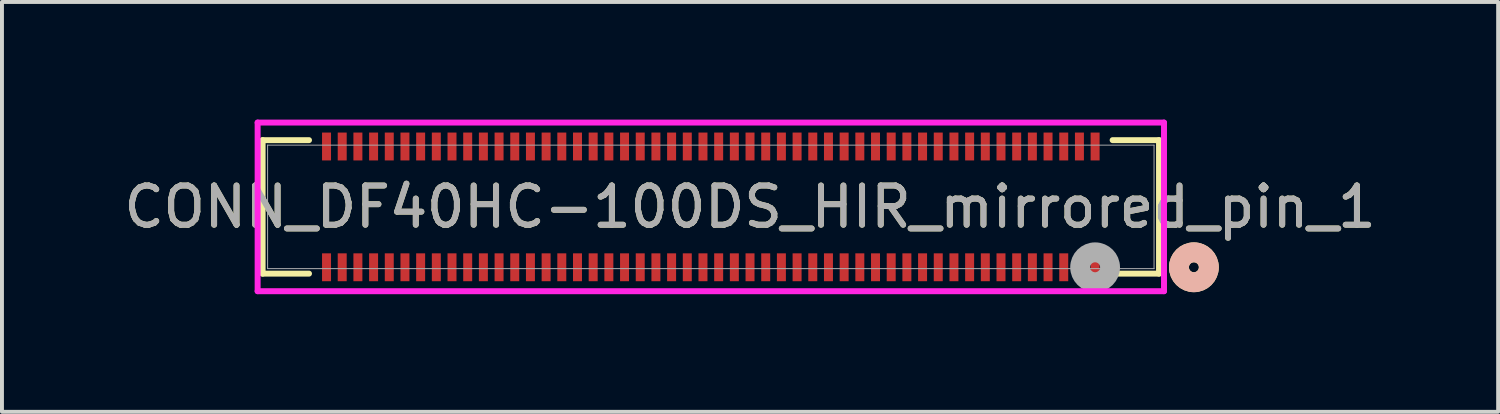
<source format=kicad_pcb>
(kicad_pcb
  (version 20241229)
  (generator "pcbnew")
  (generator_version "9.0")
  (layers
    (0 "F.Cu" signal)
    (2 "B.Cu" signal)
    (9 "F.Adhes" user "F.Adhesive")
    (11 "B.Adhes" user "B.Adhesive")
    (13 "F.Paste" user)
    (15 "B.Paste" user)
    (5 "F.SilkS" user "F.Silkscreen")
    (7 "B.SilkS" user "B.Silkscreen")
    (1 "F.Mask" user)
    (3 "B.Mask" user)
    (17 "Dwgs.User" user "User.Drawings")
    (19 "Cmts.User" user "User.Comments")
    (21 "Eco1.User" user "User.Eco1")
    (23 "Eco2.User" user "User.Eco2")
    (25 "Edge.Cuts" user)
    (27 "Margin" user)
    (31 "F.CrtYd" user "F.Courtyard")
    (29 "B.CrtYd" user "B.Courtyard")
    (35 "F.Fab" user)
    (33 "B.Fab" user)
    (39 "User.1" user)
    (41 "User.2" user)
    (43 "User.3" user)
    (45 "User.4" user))
  (footprint "CONN_DF40HC-100DS_HIR_mirrored_pin_1"
    (layer "F.Cu")
    (at 15.577 2.226)
    (property "Reference" "CONN_DF40HC-100DS_HIR_mirrored_pin_1" (at 0.5 0 0) (unlocked yes) (layer "F.SilkS") (effects (font (size 1 1) (thickness 0.15))))
    (attr smd)
    (fp_line (start -11.93 -1.702) (end -10.747 -1.702) (stroke (width 0.152) (type solid)) (layer "F.SilkS"))
    (fp_line (start -11.93 1.702) (end -11.93 -1.702) (stroke (width 0.152) (type solid)) (layer "F.SilkS"))
    (fp_line (start -10.747 1.702) (end -11.93 1.702) (stroke (width 0.152) (type solid)) (layer "F.SilkS"))
    (fp_line (start 9.747 -1.702) (end 10.93 -1.702) (stroke (width 0.152) (type solid)) (layer "F.SilkS"))
    (fp_line (start 10.93 -1.702) (end 10.93 1.702) (stroke (width 0.152) (type solid)) (layer "F.SilkS"))
    (fp_line (start 10.93 1.702) (end 9.747 1.702) (stroke (width 0.152) (type solid)) (layer "F.SilkS"))
    (fp_circle (center 11.819 1.54) (end 12.2 1.54) (stroke (width 0.508) (type solid)) (fill no) (layer "F.SilkS"))
    (fp_circle (center 11.819 1.54) (end 12.2 1.54) (stroke (width 0.508) (type solid)) (fill no) (layer "B.SilkS"))
    (fp_line (start -12.057 -2.15) (end 11.057 -2.15) (stroke (width 0.152) (type solid)) (layer "F.CrtYd"))
    (fp_line (start -12.057 2.15) (end -12.057 -2.15) (stroke (width 0.152) (type solid)) (layer "F.CrtYd"))
    (fp_line (start 11.057 -2.15) (end 11.057 2.15) (stroke (width 0.152) (type solid)) (layer "F.CrtYd"))
    (fp_line (start 11.057 2.15) (end -12.057 2.15) (stroke (width 0.152) (type solid)) (layer "F.CrtYd"))
    (fp_line (start -11.803 -1.575) (end 10.803 -1.575) (stroke (width 0.025) (type solid)) (layer "F.Fab"))
    (fp_line (start -11.803 1.575) (end -11.803 -1.575) (stroke (width 0.025) (type solid)) (layer "F.Fab"))
    (fp_line (start 10.803 -1.575) (end 10.803 1.575) (stroke (width 0.025) (type solid)) (layer "F.Fab"))
    (fp_line (start 10.803 1.575) (end -11.803 1.575) (stroke (width 0.025) (type solid)) (layer "F.Fab"))
    (fp_circle (center 9.3 1.54) (end 9.681 1.54) (stroke (width 0.508) (type solid)) (fill no) (layer "F.Fab"))
    (fp_text user "${REFERENCE}" (at 0.5 0 0) (unlocked yes) (layer "F.Fab") (effects (font (size 1 1) (thickness 0.15))))
    (pad "1" smd rect (at 9.3 1.54) (size 0.229 0.711) (layers "F.Cu" "F.Mask" "F.Paste"))
    (pad "2" smd rect (at 9.3 -1.54) (size 0.229 0.711) (layers "F.Cu" "F.Mask" "F.Paste"))
    (pad "3" smd rect (at 8.9 1.54) (size 0.229 0.711) (layers "F.Cu" "F.Mask" "F.Paste"))
    (pad "4" smd rect (at 8.9 -1.54) (size 0.229 0.711) (layers "F.Cu" "F.Mask" "F.Paste"))
    (pad "5" smd rect (at 8.5 1.54) (size 0.229 0.711) (layers "F.Cu" "F.Mask" "F.Paste"))
    (pad "6" smd rect (at 8.5 -1.54) (size 0.229 0.711) (layers "F.Cu" "F.Mask" "F.Paste"))
    (pad "7" smd rect (at 8.1 1.54) (size 0.229 0.711) (layers "F.Cu" "F.Mask" "F.Paste"))
    (pad "8" smd rect (at 8.1 -1.54) (size 0.229 0.711) (layers "F.Cu" "F.Mask" "F.Paste"))
    (pad "9" smd rect (at 7.7 1.54) (size 0.229 0.711) (layers "F.Cu" "F.Mask" "F.Paste"))
    (pad "10" smd rect (at 7.7 -1.54) (size 0.229 0.711) (layers "F.Cu" "F.Mask" "F.Paste"))
    (pad "11" smd rect (at 7.3 1.54) (size 0.229 0.711) (layers "F.Cu" "F.Mask" "F.Paste"))
    (pad "12" smd rect (at 7.3 -1.54) (size 0.229 0.711) (layers "F.Cu" "F.Mask" "F.Paste"))
    (pad "13" smd rect (at 6.9 1.54) (size 0.229 0.711) (layers "F.Cu" "F.Mask" "F.Paste"))
    (pad "14" smd rect (at 6.9 -1.54) (size 0.229 0.711) (layers "F.Cu" "F.Mask" "F.Paste"))
    (pad "15" smd rect (at 6.5 1.54) (size 0.229 0.711) (layers "F.Cu" "F.Mask" "F.Paste"))
    (pad "16" smd rect (at 6.5 -1.54) (size 0.229 0.711) (layers "F.Cu" "F.Mask" "F.Paste"))
    (pad "17" smd rect (at 6.1 1.54) (size 0.229 0.711) (layers "F.Cu" "F.Mask" "F.Paste"))
    (pad "18" smd rect (at 6.1 -1.54) (size 0.229 0.711) (layers "F.Cu" "F.Mask" "F.Paste"))
    (pad "19" smd rect (at 5.7 1.54) (size 0.229 0.711) (layers "F.Cu" "F.Mask" "F.Paste"))
    (pad "20" smd rect (at 5.7 -1.54) (size 0.229 0.711) (layers "F.Cu" "F.Mask" "F.Paste"))
    (pad "21" smd rect (at 5.3 1.54) (size 0.229 0.711) (layers "F.Cu" "F.Mask" "F.Paste"))
    (pad "22" smd rect (at 5.3 -1.54) (size 0.229 0.711) (layers "F.Cu" "F.Mask" "F.Paste"))
    (pad "23" smd rect (at 4.9 1.54) (size 0.229 0.711) (layers "F.Cu" "F.Mask" "F.Paste"))
    (pad "24" smd rect (at 4.9 -1.54) (size 0.229 0.711) (layers "F.Cu" "F.Mask" "F.Paste"))
    (pad "25" smd rect (at 4.5 1.54) (size 0.229 0.711) (layers "F.Cu" "F.Mask" "F.Paste"))
    (pad "26" smd rect (at 4.5 -1.54) (size 0.229 0.711) (layers "F.Cu" "F.Mask" "F.Paste"))
    (pad "27" smd rect (at 4.1 1.54) (size 0.229 0.711) (layers "F.Cu" "F.Mask" "F.Paste"))
    (pad "28" smd rect (at 4.1 -1.54) (size 0.229 0.711) (layers "F.Cu" "F.Mask" "F.Paste"))
    (pad "29" smd rect (at 3.7 1.54) (size 0.229 0.711) (layers "F.Cu" "F.Mask" "F.Paste"))
    (pad "30" smd rect (at 3.7 -1.54) (size 0.229 0.711) (layers "F.Cu" "F.Mask" "F.Paste"))
    (pad "31" smd rect (at 3.3 1.54) (size 0.229 0.711) (layers "F.Cu" "F.Mask" "F.Paste"))
    (pad "32" smd rect (at 3.3 -1.54) (size 0.229 0.711) (layers "F.Cu" "F.Mask" "F.Paste"))
    (pad "33" smd rect (at 2.9 1.54) (size 0.229 0.711) (layers "F.Cu" "F.Mask" "F.Paste"))
    (pad "34" smd rect (at 2.9 -1.54) (size 0.229 0.711) (layers "F.Cu" "F.Mask" "F.Paste"))
    (pad "35" smd rect (at 2.5 1.54) (size 0.229 0.711) (layers "F.Cu" "F.Mask" "F.Paste"))
    (pad "36" smd rect (at 2.5 -1.54) (size 0.229 0.711) (layers "F.Cu" "F.Mask" "F.Paste"))
    (pad "37" smd rect (at 2.1 1.54) (size 0.229 0.711) (layers "F.Cu" "F.Mask" "F.Paste"))
    (pad "38" smd rect (at 2.1 -1.54) (size 0.229 0.711) (layers "F.Cu" "F.Mask" "F.Paste"))
    (pad "39" smd rect (at 1.7 1.54) (size 0.229 0.711) (layers "F.Cu" "F.Mask" "F.Paste"))
    (pad "40" smd rect (at 1.7 -1.54) (size 0.229 0.711) (layers "F.Cu" "F.Mask" "F.Paste"))
    (pad "41" smd rect (at 1.3 1.54) (size 0.229 0.711) (layers "F.Cu" "F.Mask" "F.Paste"))
    (pad "42" smd rect (at 1.3 -1.54) (size 0.229 0.711) (layers "F.Cu" "F.Mask" "F.Paste"))
    (pad "43" smd rect (at 0.9 1.54) (size 0.229 0.711) (layers "F.Cu" "F.Mask" "F.Paste"))
    (pad "44" smd rect (at 0.9 -1.54) (size 0.229 0.711) (layers "F.Cu" "F.Mask" "F.Paste"))
    (pad "45" smd rect (at 0.5 1.54) (size 0.229 0.711) (layers "F.Cu" "F.Mask" "F.Paste"))
    (pad "46" smd rect (at 0.5 -1.54) (size 0.229 0.711) (layers "F.Cu" "F.Mask" "F.Paste"))
    (pad "47" smd rect (at 0.1 1.54) (size 0.229 0.711) (layers "F.Cu" "F.Mask" "F.Paste"))
    (pad "48" smd rect (at 0.1 -1.54) (size 0.229 0.711) (layers "F.Cu" "F.Mask" "F.Paste"))
    (pad "49" smd rect (at -0.3 1.54) (size 0.229 0.711) (layers "F.Cu" "F.Mask" "F.Paste"))
    (pad "50" smd rect (at -0.3 -1.54) (size 0.229 0.711) (layers "F.Cu" "F.Mask" "F.Paste"))
    (pad "51" smd rect (at -0.7 1.54) (size 0.229 0.711) (layers "F.Cu" "F.Mask" "F.Paste"))
    (pad "52" smd rect (at -0.7 -1.54) (size 0.229 0.711) (layers "F.Cu" "F.Mask" "F.Paste"))
    (pad "53" smd rect (at -1.1 1.54) (size 0.229 0.711) (layers "F.Cu" "F.Mask" "F.Paste"))
    (pad "54" smd rect (at -1.1 -1.54) (size 0.229 0.711) (layers "F.Cu" "F.Mask" "F.Paste"))
    (pad "55" smd rect (at -1.5 1.54) (size 0.229 0.711) (layers "F.Cu" "F.Mask" "F.Paste"))
    (pad "56" smd rect (at -1.5 -1.54) (size 0.229 0.711) (layers "F.Cu" "F.Mask" "F.Paste"))
    (pad "57" smd rect (at -1.9 1.54) (size 0.229 0.711) (layers "F.Cu" "F.Mask" "F.Paste"))
    (pad "58" smd rect (at -1.9 -1.54) (size 0.229 0.711) (layers "F.Cu" "F.Mask" "F.Paste"))
    (pad "59" smd rect (at -2.3 1.54) (size 0.229 0.711) (layers "F.Cu" "F.Mask" "F.Paste"))
    (pad "60" smd rect (at -2.3 -1.54) (size 0.229 0.711) (layers "F.Cu" "F.Mask" "F.Paste"))
    (pad "61" smd rect (at -2.7 1.54) (size 0.229 0.711) (layers "F.Cu" "F.Mask" "F.Paste"))
    (pad "62" smd rect (at -2.7 -1.54) (size 0.229 0.711) (layers "F.Cu" "F.Mask" "F.Paste"))
    (pad "63" smd rect (at -3.1 1.54) (size 0.229 0.711) (layers "F.Cu" "F.Mask" "F.Paste"))
    (pad "64" smd rect (at -3.1 -1.54) (size 0.229 0.711) (layers "F.Cu" "F.Mask" "F.Paste"))
    (pad "65" smd rect (at -3.5 1.54) (size 0.229 0.711) (layers "F.Cu" "F.Mask" "F.Paste"))
    (pad "66" smd rect (at -3.5 -1.54) (size 0.229 0.711) (layers "F.Cu" "F.Mask" "F.Paste"))
    (pad "67" smd rect (at -3.9 1.54) (size 0.229 0.711) (layers "F.Cu" "F.Mask" "F.Paste"))
    (pad "68" smd rect (at -3.9 -1.54) (size 0.229 0.711) (layers "F.Cu" "F.Mask" "F.Paste"))
    (pad "69" smd rect (at -4.3 1.54) (size 0.229 0.711) (layers "F.Cu" "F.Mask" "F.Paste"))
    (pad "70" smd rect (at -4.3 -1.54) (size 0.229 0.711) (layers "F.Cu" "F.Mask" "F.Paste"))
    (pad "71" smd rect (at -4.7 1.54) (size 0.229 0.711) (layers "F.Cu" "F.Mask" "F.Paste"))
    (pad "72" smd rect (at -4.7 -1.54) (size 0.229 0.711) (layers "F.Cu" "F.Mask" "F.Paste"))
    (pad "73" smd rect (at -5.1 1.54) (size 0.229 0.711) (layers "F.Cu" "F.Mask" "F.Paste"))
    (pad "74" smd rect (at -5.1 -1.54) (size 0.229 0.711) (layers "F.Cu" "F.Mask" "F.Paste"))
    (pad "75" smd rect (at -5.5 1.54) (size 0.229 0.711) (layers "F.Cu" "F.Mask" "F.Paste"))
    (pad "76" smd rect (at -5.5 -1.54) (size 0.229 0.711) (layers "F.Cu" "F.Mask" "F.Paste"))
    (pad "77" smd rect (at -5.9 1.54) (size 0.229 0.711) (layers "F.Cu" "F.Mask" "F.Paste"))
    (pad "78" smd rect (at -5.9 -1.54) (size 0.229 0.711) (layers "F.Cu" "F.Mask" "F.Paste"))
    (pad "79" smd rect (at -6.3 1.54) (size 0.229 0.711) (layers "F.Cu" "F.Mask" "F.Paste"))
    (pad "80" smd rect (at -6.3 -1.54) (size 0.229 0.711) (layers "F.Cu" "F.Mask" "F.Paste"))
    (pad "81" smd rect (at -6.7 1.54) (size 0.229 0.711) (layers "F.Cu" "F.Mask" "F.Paste"))
    (pad "82" smd rect (at -6.7 -1.54) (size 0.229 0.711) (layers "F.Cu" "F.Mask" "F.Paste"))
    (pad "83" smd rect (at -7.1 1.54) (size 0.229 0.711) (layers "F.Cu" "F.Mask" "F.Paste"))
    (pad "84" smd rect (at -7.1 -1.54) (size 0.229 0.711) (layers "F.Cu" "F.Mask" "F.Paste"))
    (pad "85" smd rect (at -7.5 1.54) (size 0.229 0.711) (layers "F.Cu" "F.Mask" "F.Paste"))
    (pad "86" smd rect (at -7.5 -1.54) (size 0.229 0.711) (layers "F.Cu" "F.Mask" "F.Paste"))
    (pad "87" smd rect (at -7.9 1.54) (size 0.229 0.711) (layers "F.Cu" "F.Mask" "F.Paste"))
    (pad "88" smd rect (at -7.9 -1.54) (size 0.229 0.711) (layers "F.Cu" "F.Mask" "F.Paste"))
    (pad "89" smd rect (at -8.3 1.54) (size 0.229 0.711) (layers "F.Cu" "F.Mask" "F.Paste"))
    (pad "90" smd rect (at -8.3 -1.54) (size 0.229 0.711) (layers "F.Cu" "F.Mask" "F.Paste"))
    (pad "91" smd rect (at -8.7 1.54) (size 0.229 0.711) (layers "F.Cu" "F.Mask" "F.Paste"))
    (pad "92" smd rect (at -8.7 -1.54) (size 0.229 0.711) (layers "F.Cu" "F.Mask" "F.Paste"))
    (pad "93" smd rect (at -9.1 1.54) (size 0.229 0.711) (layers "F.Cu" "F.Mask" "F.Paste"))
    (pad "94" smd rect (at -9.1 -1.54) (size 0.229 0.711) (layers "F.Cu" "F.Mask" "F.Paste"))
    (pad "95" smd rect (at -9.5 1.54) (size 0.229 0.711) (layers "F.Cu" "F.Mask" "F.Paste"))
    (pad "96" smd rect (at -9.5 -1.54) (size 0.229 0.711) (layers "F.Cu" "F.Mask" "F.Paste"))
    (pad "97" smd rect (at -9.9 1.54) (size 0.229 0.711) (layers "F.Cu" "F.Mask" "F.Paste"))
    (pad "98" smd rect (at -9.9 -1.54) (size 0.229 0.711) (layers "F.Cu" "F.Mask" "F.Paste"))
    (pad "99" smd rect (at -10.3 1.54) (size 0.229 0.711) (layers "F.Cu" "F.Mask" "F.Paste"))
    (pad "100" smd rect (at -10.3 -1.54) (size 0.229 0.711) (layers "F.Cu" "F.Mask" "F.Paste")))
  (gr_rect
    (start -3 -3)
    (end 35.155 7.452)
    (stroke (width 0.1) (type default))
    (fill no)
    (layer "Edge.Cuts")))
</source>
